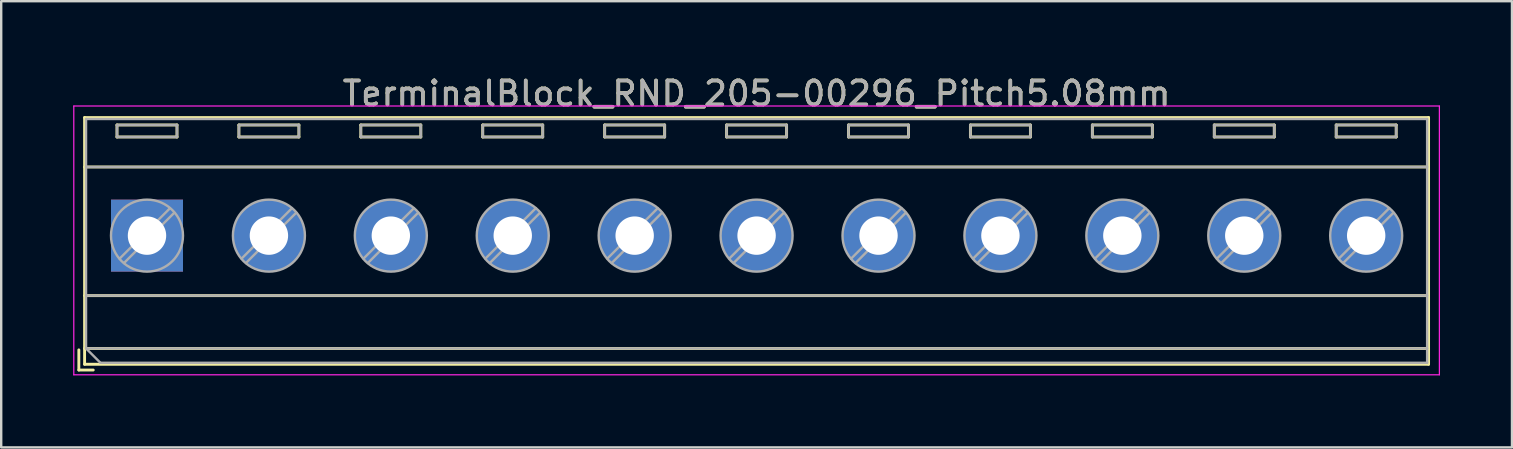
<source format=kicad_pcb>
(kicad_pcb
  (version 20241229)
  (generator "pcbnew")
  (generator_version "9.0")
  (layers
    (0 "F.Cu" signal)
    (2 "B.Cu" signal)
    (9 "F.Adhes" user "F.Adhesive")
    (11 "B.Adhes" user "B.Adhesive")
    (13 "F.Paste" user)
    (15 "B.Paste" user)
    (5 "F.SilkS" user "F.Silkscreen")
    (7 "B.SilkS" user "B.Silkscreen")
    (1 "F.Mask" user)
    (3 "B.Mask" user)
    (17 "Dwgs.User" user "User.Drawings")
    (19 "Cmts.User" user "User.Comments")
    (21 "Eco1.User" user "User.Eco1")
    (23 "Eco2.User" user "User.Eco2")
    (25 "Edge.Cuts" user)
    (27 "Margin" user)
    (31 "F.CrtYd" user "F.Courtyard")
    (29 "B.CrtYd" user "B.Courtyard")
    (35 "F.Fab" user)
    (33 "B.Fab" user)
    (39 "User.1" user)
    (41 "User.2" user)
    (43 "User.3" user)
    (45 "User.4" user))
  (footprint "TerminalBlock_RND_205-00296_Pitch5.08mm"
    (layer "F.Cu")
    (at 3.075 6.768)
    (property "Reference" "TerminalBlock_RND_205-00296_Pitch5.08mm" (at 25.4 -5.92 0) (layer "F.SilkS") (effects (font (size 1 1) (thickness 0.15))))
    (attr through_hole)
    (fp_line (start -2.84 4.76) (end -2.84 5.6) (stroke (width 0.12) (type solid)) (layer "F.SilkS"))
    (fp_line (start -2.84 5.6) (end -2.24 5.6) (stroke (width 0.12) (type solid)) (layer "F.SilkS"))
    (fp_line (start -2.6 -4.92) (end -2.6 5.36) (stroke (width 0.12) (type solid)) (layer "F.SilkS"))
    (fp_line (start -2.6 -2.86) (end 53.4 -2.86) (stroke (width 0.12) (type solid)) (layer "F.SilkS"))
    (fp_line (start -2.6 2.5) (end 53.4 2.5) (stroke (width 0.12) (type solid)) (layer "F.SilkS"))
    (fp_line (start -2.6 4.7) (end 53.4 4.7) (stroke (width 0.12) (type solid)) (layer "F.SilkS"))
    (fp_line (start -2.6 5.36) (end 53.4 5.36) (stroke (width 0.12) (type solid)) (layer "F.SilkS"))
    (fp_line (start -1.25 -4.61) (end -1.25 -4.11) (stroke (width 0.12) (type solid)) (layer "F.SilkS"))
    (fp_line (start -1.25 -4.61) (end 1.25 -4.61) (stroke (width 0.12) (type solid)) (layer "F.SilkS"))
    (fp_line (start -1.25 -4.11) (end 1.25 -4.11) (stroke (width 0.12) (type solid)) (layer "F.SilkS"))
    (fp_line (start 1.25 -4.61) (end 1.25 -4.11) (stroke (width 0.12) (type solid)) (layer "F.SilkS"))
    (fp_line (start 3.83 -4.61) (end 3.83 -4.11) (stroke (width 0.12) (type solid)) (layer "F.SilkS"))
    (fp_line (start 3.83 -4.61) (end 6.33 -4.61) (stroke (width 0.12) (type solid)) (layer "F.SilkS"))
    (fp_line (start 3.83 -4.11) (end 6.33 -4.11) (stroke (width 0.12) (type solid)) (layer "F.SilkS"))
    (fp_line (start 6.33 -4.61) (end 6.33 -4.11) (stroke (width 0.12) (type solid)) (layer "F.SilkS"))
    (fp_line (start 8.91 -4.61) (end 8.91 -4.11) (stroke (width 0.12) (type solid)) (layer "F.SilkS"))
    (fp_line (start 8.91 -4.61) (end 11.41 -4.61) (stroke (width 0.12) (type solid)) (layer "F.SilkS"))
    (fp_line (start 8.91 -4.11) (end 11.41 -4.11) (stroke (width 0.12) (type solid)) (layer "F.SilkS"))
    (fp_line (start 11.41 -4.61) (end 11.41 -4.11) (stroke (width 0.12) (type solid)) (layer "F.SilkS"))
    (fp_line (start 13.99 -4.61) (end 13.99 -4.11) (stroke (width 0.12) (type solid)) (layer "F.SilkS"))
    (fp_line (start 13.99 -4.61) (end 16.49 -4.61) (stroke (width 0.12) (type solid)) (layer "F.SilkS"))
    (fp_line (start 13.99 -4.11) (end 16.49 -4.11) (stroke (width 0.12) (type solid)) (layer "F.SilkS"))
    (fp_line (start 16.49 -4.61) (end 16.49 -4.11) (stroke (width 0.12) (type solid)) (layer "F.SilkS"))
    (fp_line (start 19.07 -4.61) (end 19.07 -4.11) (stroke (width 0.12) (type solid)) (layer "F.SilkS"))
    (fp_line (start 19.07 -4.61) (end 21.57 -4.61) (stroke (width 0.12) (type solid)) (layer "F.SilkS"))
    (fp_line (start 19.07 -4.11) (end 21.57 -4.11) (stroke (width 0.12) (type solid)) (layer "F.SilkS"))
    (fp_line (start 21.57 -4.61) (end 21.57 -4.11) (stroke (width 0.12) (type solid)) (layer "F.SilkS"))
    (fp_line (start 24.15 -4.61) (end 24.15 -4.11) (stroke (width 0.12) (type solid)) (layer "F.SilkS"))
    (fp_line (start 24.15 -4.61) (end 26.65 -4.61) (stroke (width 0.12) (type solid)) (layer "F.SilkS"))
    (fp_line (start 24.15 -4.11) (end 26.65 -4.11) (stroke (width 0.12) (type solid)) (layer "F.SilkS"))
    (fp_line (start 26.65 -4.61) (end 26.65 -4.11) (stroke (width 0.12) (type solid)) (layer "F.SilkS"))
    (fp_line (start 29.23 -4.61) (end 29.23 -4.11) (stroke (width 0.12) (type solid)) (layer "F.SilkS"))
    (fp_line (start 29.23 -4.61) (end 31.73 -4.61) (stroke (width 0.12) (type solid)) (layer "F.SilkS"))
    (fp_line (start 29.23 -4.11) (end 31.73 -4.11) (stroke (width 0.12) (type solid)) (layer "F.SilkS"))
    (fp_line (start 31.73 -4.61) (end 31.73 -4.11) (stroke (width 0.12) (type solid)) (layer "F.SilkS"))
    (fp_line (start 34.31 -4.61) (end 34.31 -4.11) (stroke (width 0.12) (type solid)) (layer "F.SilkS"))
    (fp_line (start 34.31 -4.61) (end 36.81 -4.61) (stroke (width 0.12) (type solid)) (layer "F.SilkS"))
    (fp_line (start 34.31 -4.11) (end 36.81 -4.11) (stroke (width 0.12) (type solid)) (layer "F.SilkS"))
    (fp_line (start 36.81 -4.61) (end 36.81 -4.11) (stroke (width 0.12) (type solid)) (layer "F.SilkS"))
    (fp_line (start 39.39 -4.61) (end 39.39 -4.11) (stroke (width 0.12) (type solid)) (layer "F.SilkS"))
    (fp_line (start 39.39 -4.61) (end 41.89 -4.61) (stroke (width 0.12) (type solid)) (layer "F.SilkS"))
    (fp_line (start 39.39 -4.11) (end 41.89 -4.11) (stroke (width 0.12) (type solid)) (layer "F.SilkS"))
    (fp_line (start 41.89 -4.61) (end 41.89 -4.11) (stroke (width 0.12) (type solid)) (layer "F.SilkS"))
    (fp_line (start 44.47 -4.61) (end 44.47 -4.11) (stroke (width 0.12) (type solid)) (layer "F.SilkS"))
    (fp_line (start 44.47 -4.61) (end 46.97 -4.61) (stroke (width 0.12) (type solid)) (layer "F.SilkS"))
    (fp_line (start 44.47 -4.11) (end 46.97 -4.11) (stroke (width 0.12) (type solid)) (layer "F.SilkS"))
    (fp_line (start 46.97 -4.61) (end 46.97 -4.11) (stroke (width 0.12) (type solid)) (layer "F.SilkS"))
    (fp_line (start 49.55 -4.61) (end 49.55 -4.11) (stroke (width 0.12) (type solid)) (layer "F.SilkS"))
    (fp_line (start 49.55 -4.61) (end 52.05 -4.61) (stroke (width 0.12) (type solid)) (layer "F.SilkS"))
    (fp_line (start 49.55 -4.11) (end 52.05 -4.11) (stroke (width 0.12) (type solid)) (layer "F.SilkS"))
    (fp_line (start 52.05 -4.61) (end 52.05 -4.11) (stroke (width 0.12) (type solid)) (layer "F.SilkS"))
    (fp_line (start 53.4 -4.92) (end -2.6 -4.92) (stroke (width 0.12) (type solid)) (layer "F.SilkS"))
    (fp_line (start 53.4 5.36) (end 53.4 -4.92) (stroke (width 0.12) (type solid)) (layer "F.SilkS"))
    (fp_line (start -3.05 -5.4) (end -3.05 5.8) (stroke (width 0.05) (type solid)) (layer "F.CrtYd"))
    (fp_line (start -3.05 5.8) (end 53.85 5.8) (stroke (width 0.05) (type solid)) (layer "F.CrtYd"))
    (fp_line (start 53.85 -5.4) (end -3.05 -5.4) (stroke (width 0.05) (type solid)) (layer "F.CrtYd"))
    (fp_line (start 53.85 5.8) (end 53.85 -5.4) (stroke (width 0.05) (type solid)) (layer "F.CrtYd"))
    (fp_line (start -2.54 -4.86) (end 53.34 -4.86) (stroke (width 0.1) (type solid)) (layer "F.Fab"))
    (fp_line (start -2.54 -2.86) (end 53.34 -2.86) (stroke (width 0.1) (type solid)) (layer "F.Fab"))
    (fp_line (start -2.54 2.5) (end 53.34 2.5) (stroke (width 0.1) (type solid)) (layer "F.Fab"))
    (fp_line (start -2.54 4.7) (end -2.54 -4.86) (stroke (width 0.1) (type solid)) (layer "F.Fab"))
    (fp_line (start -2.54 4.7) (end 53.34 4.7) (stroke (width 0.1) (type solid)) (layer "F.Fab"))
    (fp_line (start -1.94 5.3) (end -2.54 4.7) (stroke (width 0.1) (type solid)) (layer "F.Fab"))
    (fp_line (start -1.25 -4.61) (end -1.25 -4.11) (stroke (width 0.1) (type solid)) (layer "F.Fab"))
    (fp_line (start -1.25 -4.11) (end 1.25 -4.11) (stroke (width 0.1) (type solid)) (layer "F.Fab"))
    (fp_line (start 0.955 -1.138) (end -1.138 0.955) (stroke (width 0.1) (type solid)) (layer "F.Fab"))
    (fp_line (start 1.138 -0.955) (end -0.955 1.138) (stroke (width 0.1) (type solid)) (layer "F.Fab"))
    (fp_line (start 1.25 -4.61) (end -1.25 -4.61) (stroke (width 0.1) (type solid)) (layer "F.Fab"))
    (fp_line (start 1.25 -4.11) (end 1.25 -4.61) (stroke (width 0.1) (type solid)) (layer "F.Fab"))
    (fp_line (start 3.83 -4.61) (end 3.83 -4.11) (stroke (width 0.1) (type solid)) (layer "F.Fab"))
    (fp_line (start 3.83 -4.11) (end 6.33 -4.11) (stroke (width 0.1) (type solid)) (layer "F.Fab"))
    (fp_line (start 6.035 -1.138) (end 3.943 0.955) (stroke (width 0.1) (type solid)) (layer "F.Fab"))
    (fp_line (start 6.218 -0.955) (end 4.126 1.138) (stroke (width 0.1) (type solid)) (layer "F.Fab"))
    (fp_line (start 6.33 -4.61) (end 3.83 -4.61) (stroke (width 0.1) (type solid)) (layer "F.Fab"))
    (fp_line (start 6.33 -4.11) (end 6.33 -4.61) (stroke (width 0.1) (type solid)) (layer "F.Fab"))
    (fp_line (start 8.91 -4.61) (end 8.91 -4.11) (stroke (width 0.1) (type solid)) (layer "F.Fab"))
    (fp_line (start 8.91 -4.11) (end 11.41 -4.11) (stroke (width 0.1) (type solid)) (layer "F.Fab"))
    (fp_line (start 11.115 -1.138) (end 9.023 0.955) (stroke (width 0.1) (type solid)) (layer "F.Fab"))
    (fp_line (start 11.298 -0.955) (end 9.206 1.138) (stroke (width 0.1) (type solid)) (layer "F.Fab"))
    (fp_line (start 11.41 -4.61) (end 8.91 -4.61) (stroke (width 0.1) (type solid)) (layer "F.Fab"))
    (fp_line (start 11.41 -4.11) (end 11.41 -4.61) (stroke (width 0.1) (type solid)) (layer "F.Fab"))
    (fp_line (start 13.99 -4.61) (end 13.99 -4.11) (stroke (width 0.1) (type solid)) (layer "F.Fab"))
    (fp_line (start 13.99 -4.11) (end 16.49 -4.11) (stroke (width 0.1) (type solid)) (layer "F.Fab"))
    (fp_line (start 16.195 -1.138) (end 14.103 0.955) (stroke (width 0.1) (type solid)) (layer "F.Fab"))
    (fp_line (start 16.378 -0.955) (end 14.286 1.138) (stroke (width 0.1) (type solid)) (layer "F.Fab"))
    (fp_line (start 16.49 -4.61) (end 13.99 -4.61) (stroke (width 0.1) (type solid)) (layer "F.Fab"))
    (fp_line (start 16.49 -4.11) (end 16.49 -4.61) (stroke (width 0.1) (type solid)) (layer "F.Fab"))
    (fp_line (start 19.07 -4.61) (end 19.07 -4.11) (stroke (width 0.1) (type solid)) (layer "F.Fab"))
    (fp_line (start 19.07 -4.11) (end 21.57 -4.11) (stroke (width 0.1) (type solid)) (layer "F.Fab"))
    (fp_line (start 21.275 -1.138) (end 19.183 0.955) (stroke (width 0.1) (type solid)) (layer "F.Fab"))
    (fp_line (start 21.458 -0.955) (end 19.366 1.138) (stroke (width 0.1) (type solid)) (layer "F.Fab"))
    (fp_line (start 21.57 -4.61) (end 19.07 -4.61) (stroke (width 0.1) (type solid)) (layer "F.Fab"))
    (fp_line (start 21.57 -4.11) (end 21.57 -4.61) (stroke (width 0.1) (type solid)) (layer "F.Fab"))
    (fp_line (start 24.15 -4.61) (end 24.15 -4.11) (stroke (width 0.1) (type solid)) (layer "F.Fab"))
    (fp_line (start 24.15 -4.11) (end 26.65 -4.11) (stroke (width 0.1) (type solid)) (layer "F.Fab"))
    (fp_line (start 26.355 -1.138) (end 24.263 0.955) (stroke (width 0.1) (type solid)) (layer "F.Fab"))
    (fp_line (start 26.538 -0.955) (end 24.446 1.138) (stroke (width 0.1) (type solid)) (layer "F.Fab"))
    (fp_line (start 26.65 -4.61) (end 24.15 -4.61) (stroke (width 0.1) (type solid)) (layer "F.Fab"))
    (fp_line (start 26.65 -4.11) (end 26.65 -4.61) (stroke (width 0.1) (type solid)) (layer "F.Fab"))
    (fp_line (start 29.23 -4.61) (end 29.23 -4.11) (stroke (width 0.1) (type solid)) (layer "F.Fab"))
    (fp_line (start 29.23 -4.11) (end 31.73 -4.11) (stroke (width 0.1) (type solid)) (layer "F.Fab"))
    (fp_line (start 31.435 -1.138) (end 29.343 0.955) (stroke (width 0.1) (type solid)) (layer "F.Fab"))
    (fp_line (start 31.618 -0.955) (end 29.526 1.138) (stroke (width 0.1) (type solid)) (layer "F.Fab"))
    (fp_line (start 31.73 -4.61) (end 29.23 -4.61) (stroke (width 0.1) (type solid)) (layer "F.Fab"))
    (fp_line (start 31.73 -4.11) (end 31.73 -4.61) (stroke (width 0.1) (type solid)) (layer "F.Fab"))
    (fp_line (start 34.31 -4.61) (end 34.31 -4.11) (stroke (width 0.1) (type solid)) (layer "F.Fab"))
    (fp_line (start 34.31 -4.11) (end 36.81 -4.11) (stroke (width 0.1) (type solid)) (layer "F.Fab"))
    (fp_line (start 36.515 -1.138) (end 34.423 0.955) (stroke (width 0.1) (type solid)) (layer "F.Fab"))
    (fp_line (start 36.698 -0.955) (end 34.606 1.138) (stroke (width 0.1) (type solid)) (layer "F.Fab"))
    (fp_line (start 36.81 -4.61) (end 34.31 -4.61) (stroke (width 0.1) (type solid)) (layer "F.Fab"))
    (fp_line (start 36.81 -4.11) (end 36.81 -4.61) (stroke (width 0.1) (type solid)) (layer "F.Fab"))
    (fp_line (start 39.39 -4.61) (end 39.39 -4.11) (stroke (width 0.1) (type solid)) (layer "F.Fab"))
    (fp_line (start 39.39 -4.11) (end 41.89 -4.11) (stroke (width 0.1) (type solid)) (layer "F.Fab"))
    (fp_line (start 41.595 -1.138) (end 39.503 0.955) (stroke (width 0.1) (type solid)) (layer "F.Fab"))
    (fp_line (start 41.778 -0.955) (end 39.686 1.138) (stroke (width 0.1) (type solid)) (layer "F.Fab"))
    (fp_line (start 41.89 -4.61) (end 39.39 -4.61) (stroke (width 0.1) (type solid)) (layer "F.Fab"))
    (fp_line (start 41.89 -4.11) (end 41.89 -4.61) (stroke (width 0.1) (type solid)) (layer "F.Fab"))
    (fp_line (start 44.47 -4.61) (end 44.47 -4.11) (stroke (width 0.1) (type solid)) (layer "F.Fab"))
    (fp_line (start 44.47 -4.11) (end 46.97 -4.11) (stroke (width 0.1) (type solid)) (layer "F.Fab"))
    (fp_line (start 46.675 -1.138) (end 44.583 0.955) (stroke (width 0.1) (type solid)) (layer "F.Fab"))
    (fp_line (start 46.858 -0.955) (end 44.766 1.138) (stroke (width 0.1) (type solid)) (layer "F.Fab"))
    (fp_line (start 46.97 -4.61) (end 44.47 -4.61) (stroke (width 0.1) (type solid)) (layer "F.Fab"))
    (fp_line (start 46.97 -4.11) (end 46.97 -4.61) (stroke (width 0.1) (type solid)) (layer "F.Fab"))
    (fp_line (start 49.55 -4.61) (end 49.55 -4.11) (stroke (width 0.1) (type solid)) (layer "F.Fab"))
    (fp_line (start 49.55 -4.11) (end 52.05 -4.11) (stroke (width 0.1) (type solid)) (layer "F.Fab"))
    (fp_line (start 51.755 -1.138) (end 49.663 0.955) (stroke (width 0.1) (type solid)) (layer "F.Fab"))
    (fp_line (start 51.938 -0.955) (end 49.846 1.138) (stroke (width 0.1) (type solid)) (layer "F.Fab"))
    (fp_line (start 52.05 -4.61) (end 49.55 -4.61) (stroke (width 0.1) (type solid)) (layer "F.Fab"))
    (fp_line (start 52.05 -4.11) (end 52.05 -4.61) (stroke (width 0.1) (type solid)) (layer "F.Fab"))
    (fp_line (start 53.34 -4.86) (end 53.34 5.3) (stroke (width 0.1) (type solid)) (layer "F.Fab"))
    (fp_line (start 53.34 5.3) (end -1.94 5.3) (stroke (width 0.1) (type solid)) (layer "F.Fab"))
    (fp_circle (center 0 0) (end 1.5 0) (stroke (width 0.1) (type solid)) (fill no) (layer "F.Fab"))
    (fp_circle (center 5.08 0) (end 6.58 0) (stroke (width 0.1) (type solid)) (fill no) (layer "F.Fab"))
    (fp_circle (center 10.16 0) (end 11.66 0) (stroke (width 0.1) (type solid)) (fill no) (layer "F.Fab"))
    (fp_circle (center 15.24 0) (end 16.74 0) (stroke (width 0.1) (type solid)) (fill no) (layer "F.Fab"))
    (fp_circle (center 20.32 0) (end 21.82 0) (stroke (width 0.1) (type solid)) (fill no) (layer "F.Fab"))
    (fp_circle (center 25.4 0) (end 26.9 0) (stroke (width 0.1) (type solid)) (fill no) (layer "F.Fab"))
    (fp_circle (center 30.48 0) (end 31.98 0) (stroke (width 0.1) (type solid)) (fill no) (layer "F.Fab"))
    (fp_circle (center 35.56 0) (end 37.06 0) (stroke (width 0.1) (type solid)) (fill no) (layer "F.Fab"))
    (fp_circle (center 40.64 0) (end 42.14 0) (stroke (width 0.1) (type solid)) (fill no) (layer "F.Fab"))
    (fp_circle (center 45.72 0) (end 47.22 0) (stroke (width 0.1) (type solid)) (fill no) (layer "F.Fab"))
    (fp_circle (center 50.8 0) (end 52.3 0) (stroke (width 0.1) (type solid)) (fill no) (layer "F.Fab"))
    (fp_text user "${REFERENCE}" (at 25.4 -5.92 0) (layer "F.Fab") (effects (font (size 1 1) (thickness 0.15))))
    (pad "1" thru_hole rect (at 0 0) (size 3 3) (drill 1.6) (layers "*.Cu" "*.Mask"))
    (pad "2" thru_hole circle (at 5.08 0) (size 3 3) (drill 1.6) (layers "*.Cu" "*.Mask"))
    (pad "3" thru_hole circle (at 10.16 0) (size 3 3) (drill 1.6) (layers "*.Cu" "*.Mask"))
    (pad "4" thru_hole circle (at 15.24 0) (size 3 3) (drill 1.6) (layers "*.Cu" "*.Mask"))
    (pad "5" thru_hole circle (at 20.32 0) (size 3 3) (drill 1.6) (layers "*.Cu" "*.Mask"))
    (pad "6" thru_hole circle (at 25.4 0) (size 3 3) (drill 1.6) (layers "*.Cu" "*.Mask"))
    (pad "7" thru_hole circle (at 30.48 0) (size 3 3) (drill 1.6) (layers "*.Cu" "*.Mask"))
    (pad "8" thru_hole circle (at 35.56 0) (size 3 3) (drill 1.6) (layers "*.Cu" "*.Mask"))
    (pad "9" thru_hole circle (at 40.64 0) (size 3 3) (drill 1.6) (layers "*.Cu" "*.Mask"))
    (pad "10" thru_hole circle (at 45.72 0) (size 3 3) (drill 1.6) (layers "*.Cu" "*.Mask"))
    (pad "11" thru_hole circle (at 50.8 0) (size 3 3) (drill 1.6) (layers "*.Cu" "*.Mask")))
  (gr_rect
    (start -3 -3)
    (end 59.95 15.593)
    (stroke (width 0.1) (type default))
    (fill no)
    (layer "Edge.Cuts")))
</source>
